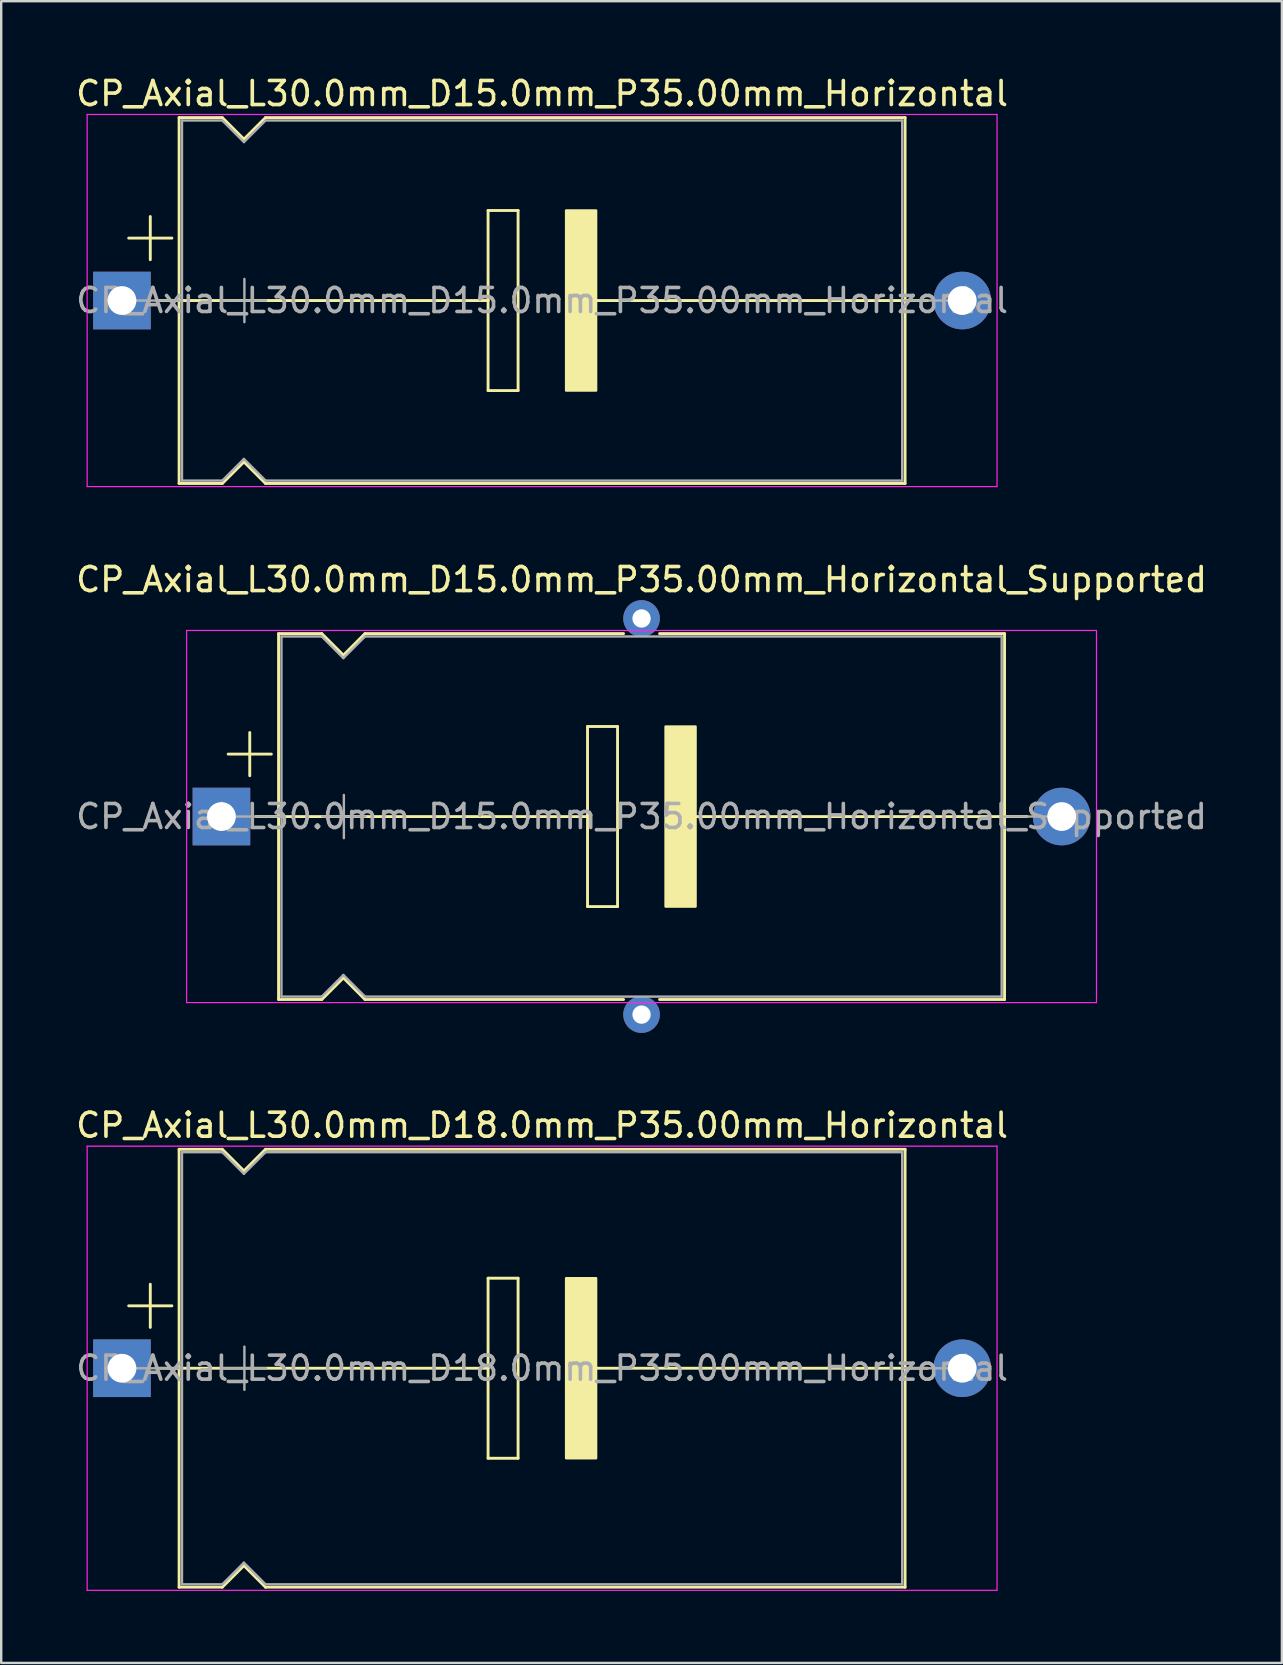
<source format=kicad_pcb>
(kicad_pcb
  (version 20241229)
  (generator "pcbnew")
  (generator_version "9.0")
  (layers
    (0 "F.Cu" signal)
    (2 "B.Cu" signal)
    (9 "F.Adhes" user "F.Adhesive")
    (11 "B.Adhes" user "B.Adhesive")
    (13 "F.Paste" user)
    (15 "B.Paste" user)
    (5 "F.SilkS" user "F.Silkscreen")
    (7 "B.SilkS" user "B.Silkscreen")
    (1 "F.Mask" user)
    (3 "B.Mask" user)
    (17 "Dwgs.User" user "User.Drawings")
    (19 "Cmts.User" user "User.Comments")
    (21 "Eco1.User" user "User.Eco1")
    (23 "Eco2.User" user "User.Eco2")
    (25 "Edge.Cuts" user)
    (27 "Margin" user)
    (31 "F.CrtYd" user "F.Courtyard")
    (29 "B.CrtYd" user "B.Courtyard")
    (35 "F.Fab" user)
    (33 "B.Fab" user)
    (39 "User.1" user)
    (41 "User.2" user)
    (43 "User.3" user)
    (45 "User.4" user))
  (footprint "CP_Axial_L30.0mm_D15.0mm_P35.00mm_Horizontal_Supported"
    (layer "F.Cu")
    (at 6.173 30.962)
    (property "Reference" "CP_Axial_L30.0mm_D15.0mm_P35.00mm_Horizontal_Supported" (at 17.5 -9.87 0) (layer "F.SilkS") (effects (font (size 1 1) (thickness 0.15))))
    (attr through_hole)
    (fp_line (start 0.28 -2.6) (end 2.08 -2.6) (stroke (width 0.12) (type solid)) (layer "F.SilkS"))
    (fp_line (start 1.18 -3.5) (end 1.18 -1.7) (stroke (width 0.12) (type solid)) (layer "F.SilkS"))
    (fp_line (start 1.44 0) (end 2.38 0) (stroke (width 0.12) (type solid)) (layer "F.SilkS"))
    (fp_line (start 2.38 -7.62) (end 2.38 7.62) (stroke (width 0.12) (type solid)) (layer "F.SilkS"))
    (fp_line (start 2.38 -7.62) (end 4.18 -7.62) (stroke (width 0.12) (type solid)) (layer "F.SilkS"))
    (fp_line (start 2.38 0) (end 15.25 0) (stroke (width 0.12) (type solid)) (layer "F.SilkS"))
    (fp_line (start 2.38 7.62) (end 4.18 7.62) (stroke (width 0.12) (type solid)) (layer "F.SilkS"))
    (fp_line (start 4.18 -7.62) (end 5.08 -6.72) (stroke (width 0.12) (type solid)) (layer "F.SilkS"))
    (fp_line (start 4.18 7.62) (end 5.08 6.72) (stroke (width 0.12) (type solid)) (layer "F.SilkS"))
    (fp_line (start 5.08 -6.72) (end 5.98 -7.62) (stroke (width 0.12) (type solid)) (layer "F.SilkS"))
    (fp_line (start 5.08 6.72) (end 5.98 7.62) (stroke (width 0.12) (type solid)) (layer "F.SilkS"))
    (fp_line (start 5.98 -7.62) (end 16.75 -7.62) (stroke (width 0.12) (type solid)) (layer "F.SilkS"))
    (fp_line (start 5.98 7.62) (end 16.75 7.62) (stroke (width 0.12) (type solid)) (layer "F.SilkS"))
    (fp_line (start 15.25 -3.75) (end 16.5 -3.75) (stroke (width 0.12) (type solid)) (layer "F.SilkS"))
    (fp_line (start 15.25 0) (end 15.25 -3.75) (stroke (width 0.12) (type solid)) (layer "F.SilkS"))
    (fp_line (start 15.25 3.75) (end 15.25 0) (stroke (width 0.12) (type solid)) (layer "F.SilkS"))
    (fp_line (start 16.5 -3.75) (end 16.5 3.75) (stroke (width 0.12) (type solid)) (layer "F.SilkS"))
    (fp_line (start 16.5 3.75) (end 15.25 3.75) (stroke (width 0.12) (type solid)) (layer "F.SilkS"))
    (fp_line (start 18.25 -7.62) (end 32.62 -7.62) (stroke (width 0.12) (type solid)) (layer "F.SilkS"))
    (fp_line (start 18.25 7.62) (end 32.62 7.62) (stroke (width 0.12) (type solid)) (layer "F.SilkS"))
    (fp_line (start 19.75 0) (end 32.62 0) (stroke (width 0.12) (type solid)) (layer "F.SilkS"))
    (fp_line (start 32.62 -7.62) (end 32.62 7.62) (stroke (width 0.12) (type solid)) (layer "F.SilkS"))
    (fp_line (start 33.56 0) (end 32.62 0) (stroke (width 0.12) (type solid)) (layer "F.SilkS"))
    (fp_poly (pts (xy 19.75 3.75) (xy 18.5 3.75) (xy 18.5 -3.75) (xy 19.75 -3.75)) (stroke (width 0.1) (type solid)) (fill yes) (layer "F.SilkS"))
    (fp_line (start -1.45 -7.75) (end -1.45 7.75) (stroke (width 0.05) (type solid)) (layer "F.CrtYd"))
    (fp_line (start -1.45 7.75) (end 36.45 7.75) (stroke (width 0.05) (type solid)) (layer "F.CrtYd"))
    (fp_line (start 36.45 -7.75) (end -1.45 -7.75) (stroke (width 0.05) (type solid)) (layer "F.CrtYd"))
    (fp_line (start 36.45 7.75) (end 36.45 -7.75) (stroke (width 0.05) (type solid)) (layer "F.CrtYd"))
    (fp_line (start 0 0) (end 2.5 0) (stroke (width 0.1) (type solid)) (layer "F.Fab"))
    (fp_line (start 2.5 -7.5) (end 2.5 7.5) (stroke (width 0.1) (type solid)) (layer "F.Fab"))
    (fp_line (start 2.5 -7.5) (end 4.18 -7.5) (stroke (width 0.1) (type solid)) (layer "F.Fab"))
    (fp_line (start 2.5 7.5) (end 4.18 7.5) (stroke (width 0.1) (type solid)) (layer "F.Fab"))
    (fp_line (start 4.18 -7.5) (end 5.08 -6.6) (stroke (width 0.1) (type solid)) (layer "F.Fab"))
    (fp_line (start 4.18 7.5) (end 5.08 6.6) (stroke (width 0.1) (type solid)) (layer "F.Fab"))
    (fp_line (start 4.2 0) (end 6 0) (stroke (width 0.1) (type solid)) (layer "F.Fab"))
    (fp_line (start 5.08 -6.6) (end 5.98 -7.5) (stroke (width 0.1) (type solid)) (layer "F.Fab"))
    (fp_line (start 5.08 6.6) (end 5.98 7.5) (stroke (width 0.1) (type solid)) (layer "F.Fab"))
    (fp_line (start 5.1 -0.9) (end 5.1 0.9) (stroke (width 0.1) (type solid)) (layer "F.Fab"))
    (fp_line (start 5.98 -7.5) (end 32.5 -7.5) (stroke (width 0.1) (type solid)) (layer "F.Fab"))
    (fp_line (start 5.98 7.5) (end 32.5 7.5) (stroke (width 0.1) (type solid)) (layer "F.Fab"))
    (fp_line (start 32.5 -7.5) (end 32.5 7.5) (stroke (width 0.1) (type solid)) (layer "F.Fab"))
    (fp_line (start 35 0) (end 32.5 0) (stroke (width 0.1) (type solid)) (layer "F.Fab"))
    (fp_text user "${REFERENCE}" (at 17.5 0 0) (layer "F.Fab") (effects (font (size 1 1) (thickness 0.15))))
    (pad "" thru_hole circle (at 17.5 -8.25) (size 1.524 1.524) (drill 0.762) (layers "*.Cu" "*.Mask"))
    (pad "" thru_hole circle (at 17.5 8.25) (size 1.524 1.524) (drill 0.762) (layers "*.Cu" "*.Mask"))
    (pad "1" thru_hole rect (at 0 0) (size 2.4 2.4) (drill 1.2) (layers "*.Cu" "*.Mask"))
    (pad "2" thru_hole oval (at 35 0) (size 2.4 2.4) (drill 1.2) (layers "*.Cu" "*.Mask")))
  (footprint "CP_Axial_L30.0mm_D15.0mm_P35.00mm_Horizontal"
    (layer "F.Cu")
    (at 2.03 9.468)
    (property "Reference" "CP_Axial_L30.0mm_D15.0mm_P35.00mm_Horizontal" (at 17.5 -8.62 0) (layer "F.SilkS") (effects (font (size 1 1) (thickness 0.15))))
    (attr through_hole)
    (fp_line (start 0.28 -2.6) (end 2.08 -2.6) (stroke (width 0.12) (type solid)) (layer "F.SilkS"))
    (fp_line (start 1.18 -3.5) (end 1.18 -1.7) (stroke (width 0.12) (type solid)) (layer "F.SilkS"))
    (fp_line (start 1.44 0) (end 2.38 0) (stroke (width 0.12) (type solid)) (layer "F.SilkS"))
    (fp_line (start 2.38 -7.62) (end 2.38 7.62) (stroke (width 0.12) (type solid)) (layer "F.SilkS"))
    (fp_line (start 2.38 -7.62) (end 4.18 -7.62) (stroke (width 0.12) (type solid)) (layer "F.SilkS"))
    (fp_line (start 2.38 0) (end 15.25 0) (stroke (width 0.12) (type solid)) (layer "F.SilkS"))
    (fp_line (start 2.38 7.62) (end 4.18 7.62) (stroke (width 0.12) (type solid)) (layer "F.SilkS"))
    (fp_line (start 4.18 -7.62) (end 5.08 -6.72) (stroke (width 0.12) (type solid)) (layer "F.SilkS"))
    (fp_line (start 4.18 7.62) (end 5.08 6.72) (stroke (width 0.12) (type solid)) (layer "F.SilkS"))
    (fp_line (start 5.08 -6.72) (end 5.98 -7.62) (stroke (width 0.12) (type solid)) (layer "F.SilkS"))
    (fp_line (start 5.08 6.72) (end 5.98 7.62) (stroke (width 0.12) (type solid)) (layer "F.SilkS"))
    (fp_line (start 5.98 -7.62) (end 32.62 -7.62) (stroke (width 0.12) (type solid)) (layer "F.SilkS"))
    (fp_line (start 5.98 7.62) (end 32.62 7.62) (stroke (width 0.12) (type solid)) (layer "F.SilkS"))
    (fp_line (start 15.25 -3.75) (end 16.5 -3.75) (stroke (width 0.12) (type solid)) (layer "F.SilkS"))
    (fp_line (start 15.25 0) (end 15.25 -3.75) (stroke (width 0.12) (type solid)) (layer "F.SilkS"))
    (fp_line (start 15.25 3.75) (end 15.25 0) (stroke (width 0.12) (type solid)) (layer "F.SilkS"))
    (fp_line (start 16.5 -3.75) (end 16.5 3.75) (stroke (width 0.12) (type solid)) (layer "F.SilkS"))
    (fp_line (start 16.5 3.75) (end 15.25 3.75) (stroke (width 0.12) (type solid)) (layer "F.SilkS"))
    (fp_line (start 19.75 0) (end 32.639 0) (stroke (width 0.12) (type solid)) (layer "F.SilkS"))
    (fp_line (start 32.62 -7.62) (end 32.62 7.62) (stroke (width 0.12) (type solid)) (layer "F.SilkS"))
    (fp_line (start 33.56 0) (end 32.62 0) (stroke (width 0.12) (type solid)) (layer "F.SilkS"))
    (fp_poly (pts (xy 19.75 3.75) (xy 18.5 3.75) (xy 18.5 -3.75) (xy 19.75 -3.75)) (stroke (width 0.1) (type solid)) (fill yes) (layer "F.SilkS"))
    (fp_line (start -1.45 -7.75) (end -1.45 7.75) (stroke (width 0.05) (type solid)) (layer "F.CrtYd"))
    (fp_line (start -1.45 7.75) (end 36.45 7.75) (stroke (width 0.05) (type solid)) (layer "F.CrtYd"))
    (fp_line (start 36.45 -7.75) (end -1.45 -7.75) (stroke (width 0.05) (type solid)) (layer "F.CrtYd"))
    (fp_line (start 36.45 7.75) (end 36.45 -7.75) (stroke (width 0.05) (type solid)) (layer "F.CrtYd"))
    (fp_line (start 0 0) (end 2.5 0) (stroke (width 0.1) (type solid)) (layer "F.Fab"))
    (fp_line (start 2.5 -7.5) (end 2.5 7.5) (stroke (width 0.1) (type solid)) (layer "F.Fab"))
    (fp_line (start 2.5 -7.5) (end 4.18 -7.5) (stroke (width 0.1) (type solid)) (layer "F.Fab"))
    (fp_line (start 2.5 7.5) (end 4.18 7.5) (stroke (width 0.1) (type solid)) (layer "F.Fab"))
    (fp_line (start 4.18 -7.5) (end 5.08 -6.6) (stroke (width 0.1) (type solid)) (layer "F.Fab"))
    (fp_line (start 4.18 7.5) (end 5.08 6.6) (stroke (width 0.1) (type solid)) (layer "F.Fab"))
    (fp_line (start 4.2 0) (end 6 0) (stroke (width 0.1) (type solid)) (layer "F.Fab"))
    (fp_line (start 5.08 -6.6) (end 5.98 -7.5) (stroke (width 0.1) (type solid)) (layer "F.Fab"))
    (fp_line (start 5.08 6.6) (end 5.98 7.5) (stroke (width 0.1) (type solid)) (layer "F.Fab"))
    (fp_line (start 5.1 -0.9) (end 5.1 0.9) (stroke (width 0.1) (type solid)) (layer "F.Fab"))
    (fp_line (start 5.98 -7.5) (end 32.5 -7.5) (stroke (width 0.1) (type solid)) (layer "F.Fab"))
    (fp_line (start 5.98 7.5) (end 32.5 7.5) (stroke (width 0.1) (type solid)) (layer "F.Fab"))
    (fp_line (start 32.5 -7.5) (end 32.5 7.5) (stroke (width 0.1) (type solid)) (layer "F.Fab"))
    (fp_line (start 35 0) (end 32.5 0) (stroke (width 0.1) (type solid)) (layer "F.Fab"))
    (fp_text user "${REFERENCE}" (at 17.5 0 0) (layer "F.Fab") (effects (font (size 1 1) (thickness 0.15))))
    (pad "1" thru_hole rect (at 0 0) (size 2.4 2.4) (drill 1.2) (layers "*.Cu" "*.Mask"))
    (pad "2" thru_hole oval (at 35 0) (size 2.4 2.4) (drill 1.2) (layers "*.Cu" "*.Mask")))
  (footprint "CP_Axial_L30.0mm_D18.0mm_P35.00mm_Horizontal"
    (layer "F.Cu")
    (at 2.03 53.942)
    (property "Reference" "CP_Axial_L30.0mm_D18.0mm_P35.00mm_Horizontal" (at 17.5 -10.12 0) (layer "F.SilkS") (effects (font (size 1 1) (thickness 0.15))))
    (attr through_hole)
    (fp_line (start 0.28 -2.6) (end 2.08 -2.6) (stroke (width 0.12) (type solid)) (layer "F.SilkS"))
    (fp_line (start 1.18 -3.5) (end 1.18 -1.7) (stroke (width 0.12) (type solid)) (layer "F.SilkS"))
    (fp_line (start 1.44 0) (end 2.38 0) (stroke (width 0.12) (type solid)) (layer "F.SilkS"))
    (fp_line (start 2.38 -9.12) (end 2.38 9.12) (stroke (width 0.12) (type solid)) (layer "F.SilkS"))
    (fp_line (start 2.38 -9.12) (end 4.18 -9.12) (stroke (width 0.12) (type solid)) (layer "F.SilkS"))
    (fp_line (start 2.38 0) (end 15.25 0) (stroke (width 0.12) (type solid)) (layer "F.SilkS"))
    (fp_line (start 2.38 9.12) (end 4.18 9.12) (stroke (width 0.12) (type solid)) (layer "F.SilkS"))
    (fp_line (start 4.18 -9.12) (end 5.08 -8.22) (stroke (width 0.12) (type solid)) (layer "F.SilkS"))
    (fp_line (start 4.18 9.12) (end 5.08 8.22) (stroke (width 0.12) (type solid)) (layer "F.SilkS"))
    (fp_line (start 5.08 -8.22) (end 5.98 -9.12) (stroke (width 0.12) (type solid)) (layer "F.SilkS"))
    (fp_line (start 5.08 8.22) (end 5.98 9.12) (stroke (width 0.12) (type solid)) (layer "F.SilkS"))
    (fp_line (start 5.98 -9.12) (end 32.62 -9.12) (stroke (width 0.12) (type solid)) (layer "F.SilkS"))
    (fp_line (start 5.98 9.12) (end 32.62 9.12) (stroke (width 0.12) (type solid)) (layer "F.SilkS"))
    (fp_line (start 15.25 -3.75) (end 16.5 -3.75) (stroke (width 0.12) (type solid)) (layer "F.SilkS"))
    (fp_line (start 15.25 0) (end 15.25 -3.75) (stroke (width 0.12) (type solid)) (layer "F.SilkS"))
    (fp_line (start 15.25 3.75) (end 15.25 0) (stroke (width 0.12) (type solid)) (layer "F.SilkS"))
    (fp_line (start 16.5 -3.75) (end 16.5 3.75) (stroke (width 0.12) (type solid)) (layer "F.SilkS"))
    (fp_line (start 16.5 3.75) (end 15.25 3.75) (stroke (width 0.12) (type solid)) (layer "F.SilkS"))
    (fp_line (start 19.75 0) (end 32.62 0) (stroke (width 0.12) (type solid)) (layer "F.SilkS"))
    (fp_line (start 32.62 -9.12) (end 32.62 9.12) (stroke (width 0.12) (type solid)) (layer "F.SilkS"))
    (fp_line (start 33.56 0) (end 32.62 0) (stroke (width 0.12) (type solid)) (layer "F.SilkS"))
    (fp_poly (pts (xy 19.75 3.75) (xy 18.5 3.75) (xy 18.5 -3.75) (xy 19.75 -3.75)) (stroke (width 0.1) (type solid)) (fill yes) (layer "F.SilkS"))
    (fp_line (start -1.45 -9.25) (end -1.45 9.25) (stroke (width 0.05) (type solid)) (layer "F.CrtYd"))
    (fp_line (start -1.45 9.25) (end 36.45 9.25) (stroke (width 0.05) (type solid)) (layer "F.CrtYd"))
    (fp_line (start 36.45 -9.25) (end -1.45 -9.25) (stroke (width 0.05) (type solid)) (layer "F.CrtYd"))
    (fp_line (start 36.45 9.25) (end 36.45 -9.25) (stroke (width 0.05) (type solid)) (layer "F.CrtYd"))
    (fp_line (start 0 0) (end 2.5 0) (stroke (width 0.1) (type solid)) (layer "F.Fab"))
    (fp_line (start 2.5 -9) (end 2.5 9) (stroke (width 0.1) (type solid)) (layer "F.Fab"))
    (fp_line (start 2.5 -9) (end 4.18 -9) (stroke (width 0.1) (type solid)) (layer "F.Fab"))
    (fp_line (start 2.5 9) (end 4.18 9) (stroke (width 0.1) (type solid)) (layer "F.Fab"))
    (fp_line (start 4.18 -9) (end 5.08 -8.1) (stroke (width 0.1) (type solid)) (layer "F.Fab"))
    (fp_line (start 4.18 9) (end 5.08 8.1) (stroke (width 0.1) (type solid)) (layer "F.Fab"))
    (fp_line (start 4.2 0) (end 6 0) (stroke (width 0.1) (type solid)) (layer "F.Fab"))
    (fp_line (start 5.08 -8.1) (end 5.98 -9) (stroke (width 0.1) (type solid)) (layer "F.Fab"))
    (fp_line (start 5.08 8.1) (end 5.98 9) (stroke (width 0.1) (type solid)) (layer "F.Fab"))
    (fp_line (start 5.1 -0.9) (end 5.1 0.9) (stroke (width 0.1) (type solid)) (layer "F.Fab"))
    (fp_line (start 5.98 -9) (end 32.5 -9) (stroke (width 0.1) (type solid)) (layer "F.Fab"))
    (fp_line (start 5.98 9) (end 32.5 9) (stroke (width 0.1) (type solid)) (layer "F.Fab"))
    (fp_line (start 32.5 -9) (end 32.5 9) (stroke (width 0.1) (type solid)) (layer "F.Fab"))
    (fp_line (start 35 0) (end 32.5 0) (stroke (width 0.1) (type solid)) (layer "F.Fab"))
    (fp_text user "${REFERENCE}" (at 17.5 0 0) (layer "F.Fab") (effects (font (size 1 1) (thickness 0.15))))
    (pad "1" thru_hole rect (at 0 0) (size 2.4 2.4) (drill 1.2) (layers "*.Cu" "*.Mask"))
    (pad "2" thru_hole oval (at 35 0) (size 2.4 2.4) (drill 1.2) (layers "*.Cu" "*.Mask")))
  (gr_rect
    (start -3 -3)
    (end 50.345 66.217)
    (stroke (width 0.1) (type default))
    (fill no)
    (layer "Edge.Cuts")))
</source>
